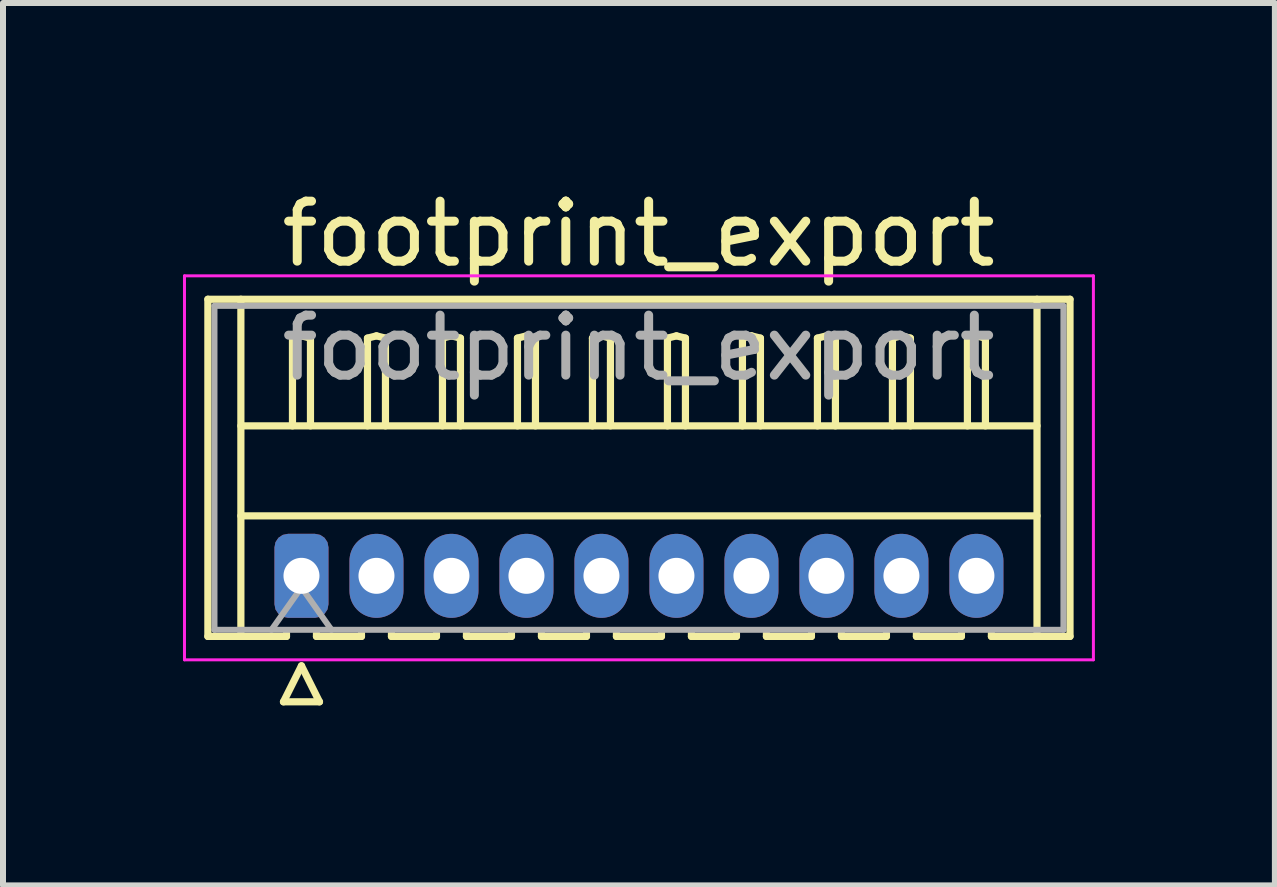
<source format=kicad_pcb>
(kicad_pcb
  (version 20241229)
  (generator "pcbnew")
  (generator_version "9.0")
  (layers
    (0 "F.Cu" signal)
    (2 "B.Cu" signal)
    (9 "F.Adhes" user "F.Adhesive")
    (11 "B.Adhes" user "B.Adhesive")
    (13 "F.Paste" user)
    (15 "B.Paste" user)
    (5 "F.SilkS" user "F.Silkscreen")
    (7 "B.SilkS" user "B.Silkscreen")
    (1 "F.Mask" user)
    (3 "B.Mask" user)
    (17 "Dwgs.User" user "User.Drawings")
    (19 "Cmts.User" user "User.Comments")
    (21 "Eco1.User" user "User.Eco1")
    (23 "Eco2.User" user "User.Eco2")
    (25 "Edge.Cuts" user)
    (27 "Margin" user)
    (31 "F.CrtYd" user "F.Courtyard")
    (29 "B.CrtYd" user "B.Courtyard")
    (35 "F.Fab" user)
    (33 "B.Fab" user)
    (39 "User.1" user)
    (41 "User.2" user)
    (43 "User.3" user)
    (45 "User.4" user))
  (footprint "footprint_export"
    (layer "F.Cu")
    (at 1.975 6.548)
    (property "Reference" "footprint_export" (at 5.62 -5.7 0) (layer "F.SilkS") (effects (font (size 1 1) (thickness 0.15))))
    (attr through_hole)
    (fp_line (start -1.56 -4.61) (end 12.81 -4.61) (stroke (width 0.12) (type solid)) (layer "F.SilkS"))
    (fp_line (start -1.56 1.01) (end -1.56 -4.61) (stroke (width 0.12) (type solid)) (layer "F.SilkS"))
    (fp_line (start -1.01 -4.61) (end -1.01 1.01) (stroke (width 0.12) (type solid)) (layer "F.SilkS"))
    (fp_line (start -1.01 -2.5) (end 12.26 -2.5) (stroke (width 0.12) (type solid)) (layer "F.SilkS"))
    (fp_line (start -1.01 -1) (end 12.26 -1) (stroke (width 0.12) (type solid)) (layer "F.SilkS"))
    (fp_line (start -0.3 2.1) (end 0.3 2.1) (stroke (width 0.12) (type solid)) (layer "F.SilkS"))
    (fp_line (start -0.25 0.96) (end -0.25 1.01) (stroke (width 0.12) (type solid)) (layer "F.SilkS"))
    (fp_line (start -0.25 1.01) (end -1.56 1.01) (stroke (width 0.12) (type solid)) (layer "F.SilkS"))
    (fp_line (start -0.15 -3.962) (end 0 -4) (stroke (width 0.12) (type solid)) (layer "F.SilkS"))
    (fp_line (start -0.15 -2.5) (end -0.15 -3.962) (stroke (width 0.12) (type solid)) (layer "F.SilkS"))
    (fp_line (start 0 -4) (end 0.15 -3.962) (stroke (width 0.12) (type solid)) (layer "F.SilkS"))
    (fp_line (start 0 1.5) (end -0.3 2.1) (stroke (width 0.12) (type solid)) (layer "F.SilkS"))
    (fp_line (start 0.15 -3.962) (end 0.15 -2.5) (stroke (width 0.12) (type solid)) (layer "F.SilkS"))
    (fp_line (start 0.25 0.96) (end 0.25 1.01) (stroke (width 0.12) (type solid)) (layer "F.SilkS"))
    (fp_line (start 0.25 1.01) (end 1 1.01) (stroke (width 0.12) (type solid)) (layer "F.SilkS"))
    (fp_line (start 0.3 2.1) (end 0 1.5) (stroke (width 0.12) (type solid)) (layer "F.SilkS"))
    (fp_line (start 1 1.01) (end 1 0.96) (stroke (width 0.12) (type solid)) (layer "F.SilkS"))
    (fp_line (start 1.1 -3.962) (end 1.25 -4) (stroke (width 0.12) (type solid)) (layer "F.SilkS"))
    (fp_line (start 1.1 -2.5) (end 1.1 -3.962) (stroke (width 0.12) (type solid)) (layer "F.SilkS"))
    (fp_line (start 1.25 -4) (end 1.4 -3.962) (stroke (width 0.12) (type solid)) (layer "F.SilkS"))
    (fp_line (start 1.4 -3.962) (end 1.4 -2.5) (stroke (width 0.12) (type solid)) (layer "F.SilkS"))
    (fp_line (start 1.5 0.96) (end 1.5 1.01) (stroke (width 0.12) (type solid)) (layer "F.SilkS"))
    (fp_line (start 1.5 1.01) (end 2.25 1.01) (stroke (width 0.12) (type solid)) (layer "F.SilkS"))
    (fp_line (start 2.25 1.01) (end 2.25 0.96) (stroke (width 0.12) (type solid)) (layer "F.SilkS"))
    (fp_line (start 2.35 -3.962) (end 2.5 -4) (stroke (width 0.12) (type solid)) (layer "F.SilkS"))
    (fp_line (start 2.35 -2.5) (end 2.35 -3.962) (stroke (width 0.12) (type solid)) (layer "F.SilkS"))
    (fp_line (start 2.5 -4) (end 2.65 -3.962) (stroke (width 0.12) (type solid)) (layer "F.SilkS"))
    (fp_line (start 2.65 -3.962) (end 2.65 -2.5) (stroke (width 0.12) (type solid)) (layer "F.SilkS"))
    (fp_line (start 2.75 0.96) (end 2.75 1.01) (stroke (width 0.12) (type solid)) (layer "F.SilkS"))
    (fp_line (start 2.75 1.01) (end 3.5 1.01) (stroke (width 0.12) (type solid)) (layer "F.SilkS"))
    (fp_line (start 3.5 1.01) (end 3.5 0.96) (stroke (width 0.12) (type solid)) (layer "F.SilkS"))
    (fp_line (start 3.6 -3.962) (end 3.75 -4) (stroke (width 0.12) (type solid)) (layer "F.SilkS"))
    (fp_line (start 3.6 -2.5) (end 3.6 -3.962) (stroke (width 0.12) (type solid)) (layer "F.SilkS"))
    (fp_line (start 3.75 -4) (end 3.9 -3.962) (stroke (width 0.12) (type solid)) (layer "F.SilkS"))
    (fp_line (start 3.9 -3.962) (end 3.9 -2.5) (stroke (width 0.12) (type solid)) (layer "F.SilkS"))
    (fp_line (start 4 0.96) (end 4 1.01) (stroke (width 0.12) (type solid)) (layer "F.SilkS"))
    (fp_line (start 4 1.01) (end 4.75 1.01) (stroke (width 0.12) (type solid)) (layer "F.SilkS"))
    (fp_line (start 4.75 1.01) (end 4.75 0.96) (stroke (width 0.12) (type solid)) (layer "F.SilkS"))
    (fp_line (start 4.85 -3.962) (end 5 -4) (stroke (width 0.12) (type solid)) (layer "F.SilkS"))
    (fp_line (start 4.85 -2.5) (end 4.85 -3.962) (stroke (width 0.12) (type solid)) (layer "F.SilkS"))
    (fp_line (start 5 -4) (end 5.15 -3.962) (stroke (width 0.12) (type solid)) (layer "F.SilkS"))
    (fp_line (start 5.15 -3.962) (end 5.15 -2.5) (stroke (width 0.12) (type solid)) (layer "F.SilkS"))
    (fp_line (start 5.25 0.96) (end 5.25 1.01) (stroke (width 0.12) (type solid)) (layer "F.SilkS"))
    (fp_line (start 5.25 1.01) (end 6 1.01) (stroke (width 0.12) (type solid)) (layer "F.SilkS"))
    (fp_line (start 6 1.01) (end 6 0.96) (stroke (width 0.12) (type solid)) (layer "F.SilkS"))
    (fp_line (start 6.1 -3.962) (end 6.25 -4) (stroke (width 0.12) (type solid)) (layer "F.SilkS"))
    (fp_line (start 6.1 -2.5) (end 6.1 -3.962) (stroke (width 0.12) (type solid)) (layer "F.SilkS"))
    (fp_line (start 6.25 -4) (end 6.4 -3.962) (stroke (width 0.12) (type solid)) (layer "F.SilkS"))
    (fp_line (start 6.4 -3.962) (end 6.4 -2.5) (stroke (width 0.12) (type solid)) (layer "F.SilkS"))
    (fp_line (start 6.5 0.96) (end 6.5 1.01) (stroke (width 0.12) (type solid)) (layer "F.SilkS"))
    (fp_line (start 6.5 1.01) (end 7.25 1.01) (stroke (width 0.12) (type solid)) (layer "F.SilkS"))
    (fp_line (start 7.25 1.01) (end 7.25 0.96) (stroke (width 0.12) (type solid)) (layer "F.SilkS"))
    (fp_line (start 7.35 -3.962) (end 7.5 -4) (stroke (width 0.12) (type solid)) (layer "F.SilkS"))
    (fp_line (start 7.35 -2.5) (end 7.35 -3.962) (stroke (width 0.12) (type solid)) (layer "F.SilkS"))
    (fp_line (start 7.5 -4) (end 7.65 -3.962) (stroke (width 0.12) (type solid)) (layer "F.SilkS"))
    (fp_line (start 7.65 -3.962) (end 7.65 -2.5) (stroke (width 0.12) (type solid)) (layer "F.SilkS"))
    (fp_line (start 7.75 0.96) (end 7.75 1.01) (stroke (width 0.12) (type solid)) (layer "F.SilkS"))
    (fp_line (start 7.75 1.01) (end 8.5 1.01) (stroke (width 0.12) (type solid)) (layer "F.SilkS"))
    (fp_line (start 8.5 1.01) (end 8.5 0.96) (stroke (width 0.12) (type solid)) (layer "F.SilkS"))
    (fp_line (start 8.6 -3.962) (end 8.75 -4) (stroke (width 0.12) (type solid)) (layer "F.SilkS"))
    (fp_line (start 8.6 -2.5) (end 8.6 -3.962) (stroke (width 0.12) (type solid)) (layer "F.SilkS"))
    (fp_line (start 8.75 -4) (end 8.9 -3.962) (stroke (width 0.12) (type solid)) (layer "F.SilkS"))
    (fp_line (start 8.9 -3.962) (end 8.9 -2.5) (stroke (width 0.12) (type solid)) (layer "F.SilkS"))
    (fp_line (start 9 0.96) (end 9 1.01) (stroke (width 0.12) (type solid)) (layer "F.SilkS"))
    (fp_line (start 9 1.01) (end 9.75 1.01) (stroke (width 0.12) (type solid)) (layer "F.SilkS"))
    (fp_line (start 9.75 1.01) (end 9.75 0.96) (stroke (width 0.12) (type solid)) (layer "F.SilkS"))
    (fp_line (start 9.85 -3.962) (end 10 -4) (stroke (width 0.12) (type solid)) (layer "F.SilkS"))
    (fp_line (start 9.85 -2.5) (end 9.85 -3.962) (stroke (width 0.12) (type solid)) (layer "F.SilkS"))
    (fp_line (start 10 -4) (end 10.15 -3.962) (stroke (width 0.12) (type solid)) (layer "F.SilkS"))
    (fp_line (start 10.15 -3.962) (end 10.15 -2.5) (stroke (width 0.12) (type solid)) (layer "F.SilkS"))
    (fp_line (start 10.25 0.96) (end 10.25 1.01) (stroke (width 0.12) (type solid)) (layer "F.SilkS"))
    (fp_line (start 10.25 1.01) (end 11 1.01) (stroke (width 0.12) (type solid)) (layer "F.SilkS"))
    (fp_line (start 11 1.01) (end 11 0.96) (stroke (width 0.12) (type solid)) (layer "F.SilkS"))
    (fp_line (start 11.1 -3.962) (end 11.25 -4) (stroke (width 0.12) (type solid)) (layer "F.SilkS"))
    (fp_line (start 11.1 -2.5) (end 11.1 -3.962) (stroke (width 0.12) (type solid)) (layer "F.SilkS"))
    (fp_line (start 11.25 -4) (end 11.4 -3.962) (stroke (width 0.12) (type solid)) (layer "F.SilkS"))
    (fp_line (start 11.4 -3.962) (end 11.4 -2.5) (stroke (width 0.12) (type solid)) (layer "F.SilkS"))
    (fp_line (start 11.5 1.01) (end 11.5 0.96) (stroke (width 0.12) (type solid)) (layer "F.SilkS"))
    (fp_line (start 12.26 -4.61) (end 12.26 1.01) (stroke (width 0.12) (type solid)) (layer "F.SilkS"))
    (fp_line (start 12.81 -4.61) (end 12.81 1.01) (stroke (width 0.12) (type solid)) (layer "F.SilkS"))
    (fp_line (start 12.81 1.01) (end 11.5 1.01) (stroke (width 0.12) (type solid)) (layer "F.SilkS"))
    (fp_line (start -1.95 -5) (end -1.95 1.4) (stroke (width 0.05) (type solid)) (layer "F.CrtYd"))
    (fp_line (start -1.95 1.4) (end 13.2 1.4) (stroke (width 0.05) (type solid)) (layer "F.CrtYd"))
    (fp_line (start 13.2 -5) (end -1.95 -5) (stroke (width 0.05) (type solid)) (layer "F.CrtYd"))
    (fp_line (start 13.2 1.4) (end 13.2 -5) (stroke (width 0.05) (type solid)) (layer "F.CrtYd"))
    (fp_line (start -1.45 -4.5) (end -1.45 0.9) (stroke (width 0.1) (type solid)) (layer "F.Fab"))
    (fp_line (start -1.45 0.9) (end 12.7 0.9) (stroke (width 0.1) (type solid)) (layer "F.Fab"))
    (fp_line (start -0.5 0.9) (end 0 0.193) (stroke (width 0.1) (type solid)) (layer "F.Fab"))
    (fp_line (start 0 0.193) (end 0.5 0.9) (stroke (width 0.1) (type solid)) (layer "F.Fab"))
    (fp_line (start 12.7 -4.5) (end -1.45 -4.5) (stroke (width 0.1) (type solid)) (layer "F.Fab"))
    (fp_line (start 12.7 0.9) (end 12.7 -4.5) (stroke (width 0.1) (type solid)) (layer "F.Fab"))
    (fp_text user "${REFERENCE}" (at 5.62 -3.8 0) (layer "F.Fab") (effects (font (size 1 1) (thickness 0.15))))
    (pad "1" thru_hole roundrect (at 0 0) (size 0.9 1.4) (drill 0.6) (layers "*.Cu" "*.Mask") (roundrect_rratio 0.25))
    (pad "2" thru_hole oval (at 1.25 0) (size 0.9 1.4) (drill 0.6) (layers "*.Cu" "*.Mask"))
    (pad "3" thru_hole oval (at 2.5 0) (size 0.9 1.4) (drill 0.6) (layers "*.Cu" "*.Mask"))
    (pad "4" thru_hole oval (at 3.75 0) (size 0.9 1.4) (drill 0.6) (layers "*.Cu" "*.Mask"))
    (pad "5" thru_hole oval (at 5 0) (size 0.9 1.4) (drill 0.6) (layers "*.Cu" "*.Mask"))
    (pad "6" thru_hole oval (at 6.25 0) (size 0.9 1.4) (drill 0.6) (layers "*.Cu" "*.Mask"))
    (pad "7" thru_hole oval (at 7.5 0) (size 0.9 1.4) (drill 0.6) (layers "*.Cu" "*.Mask"))
    (pad "8" thru_hole oval (at 8.75 0) (size 0.9 1.4) (drill 0.6) (layers "*.Cu" "*.Mask"))
    (pad "9" thru_hole oval (at 10 0) (size 0.9 1.4) (drill 0.6) (layers "*.Cu" "*.Mask"))
    (pad "10" thru_hole oval (at 11.25 0) (size 0.9 1.4) (drill 0.6) (layers "*.Cu" "*.Mask")))
  (gr_rect
    (start -3 -3)
    (end 18.2 11.708)
    (stroke (width 0.1) (type default))
    (fill no)
    (layer "Edge.Cuts")))
</source>
